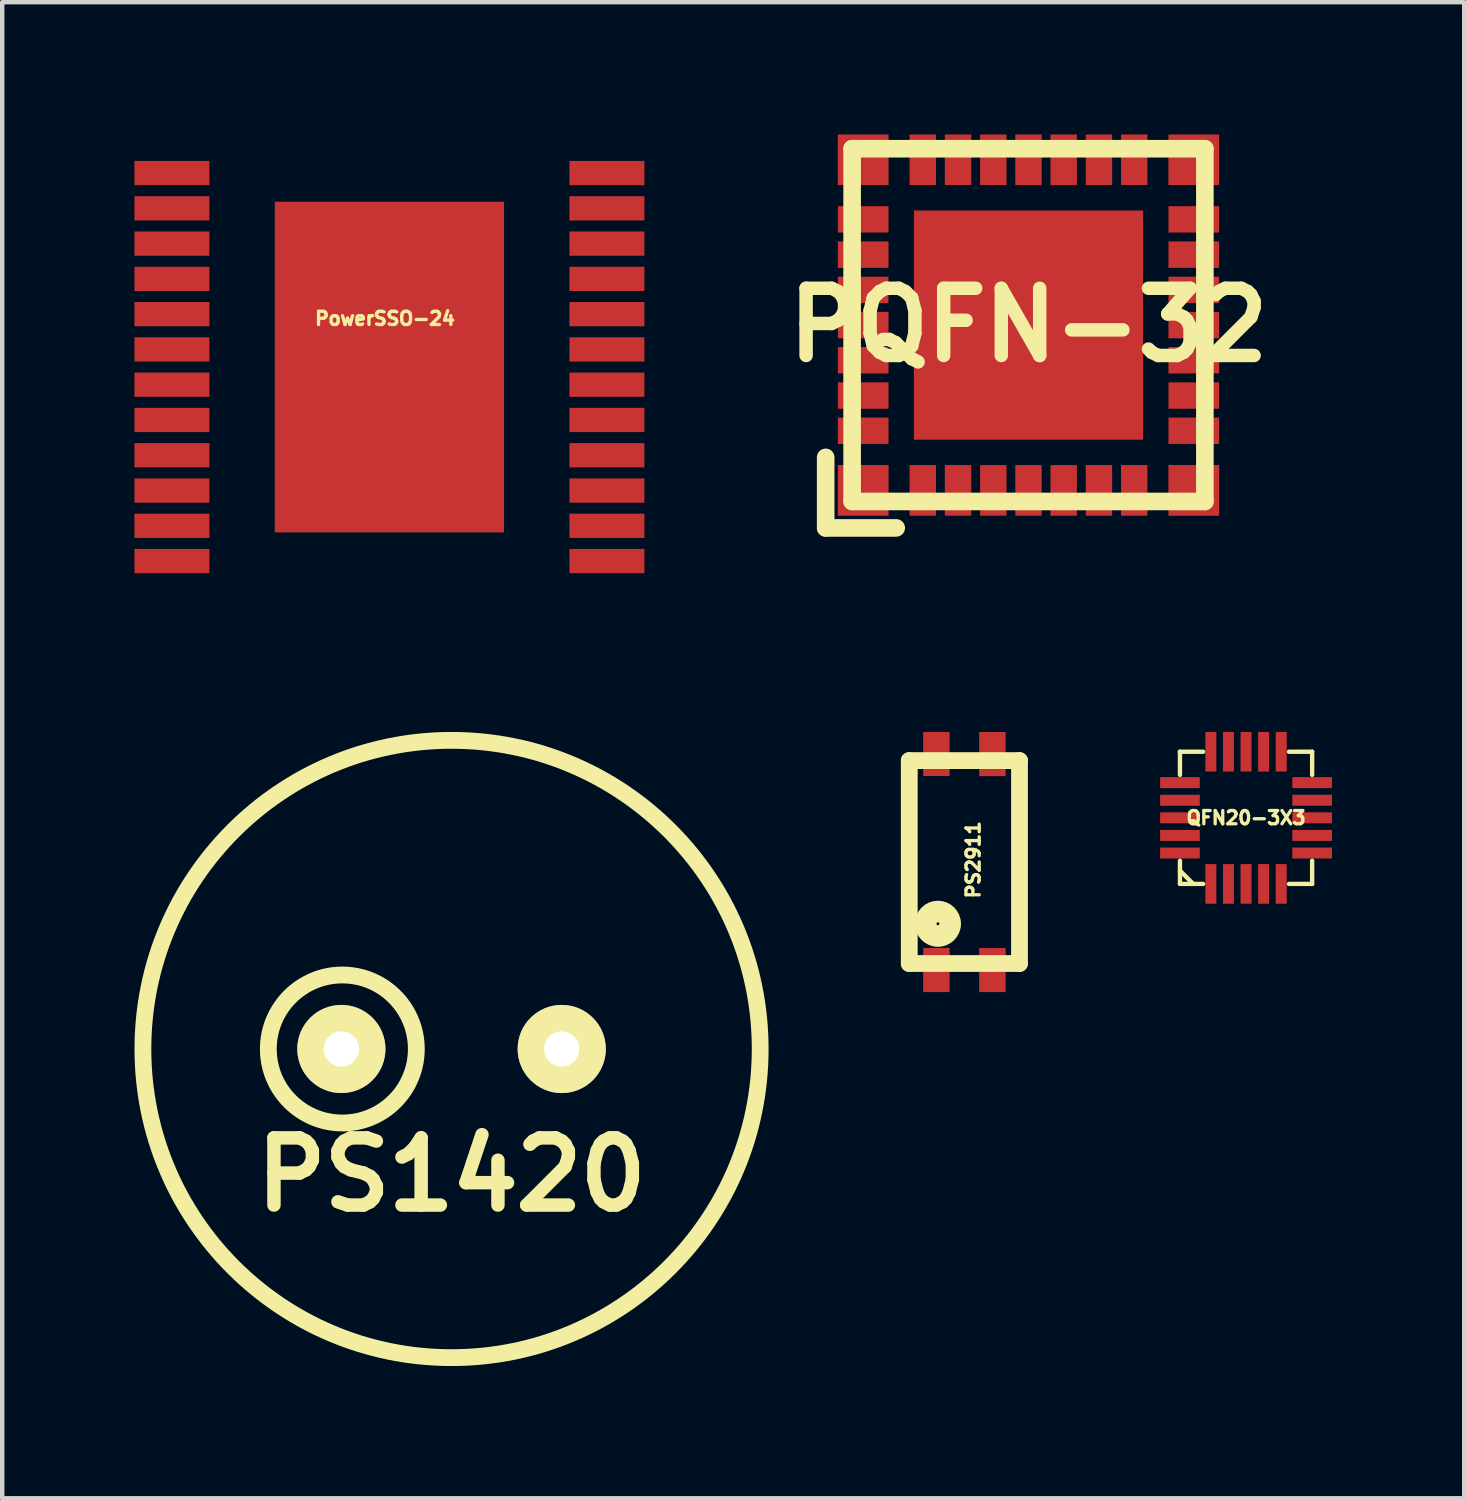
<source format=kicad_pcb>
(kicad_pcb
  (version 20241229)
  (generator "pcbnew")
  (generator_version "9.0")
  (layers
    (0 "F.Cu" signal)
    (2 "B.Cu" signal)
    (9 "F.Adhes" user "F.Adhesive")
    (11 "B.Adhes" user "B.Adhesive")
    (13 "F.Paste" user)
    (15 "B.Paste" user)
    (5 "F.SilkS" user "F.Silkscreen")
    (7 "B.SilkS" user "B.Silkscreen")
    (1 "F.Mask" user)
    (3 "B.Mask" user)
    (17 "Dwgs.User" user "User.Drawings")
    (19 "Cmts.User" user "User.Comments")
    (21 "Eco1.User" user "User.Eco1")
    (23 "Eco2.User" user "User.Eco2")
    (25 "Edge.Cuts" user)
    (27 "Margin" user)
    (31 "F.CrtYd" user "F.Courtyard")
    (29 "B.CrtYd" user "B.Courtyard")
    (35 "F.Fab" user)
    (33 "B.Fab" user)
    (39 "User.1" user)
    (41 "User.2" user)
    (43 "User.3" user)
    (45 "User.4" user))
  (footprint "PS2911"
    (layer "F.Cu")
    (at 18.822 16.501)
    (property "Reference" "PS2911" (at 0.201 -0.051 270) (layer "F.SilkS") (effects (font (size 0.3 0.3) (thickness 0.076))))
    (attr through_hole)
    (fp_line (start -1.25 -2.301) (end -1.25 2.301) (stroke (width 0.381) (type solid)) (layer "F.SilkS"))
    (fp_line (start 1.25 -2.301) (end -1.25 -2.301) (stroke (width 0.381) (type solid)) (layer "F.SilkS"))
    (fp_line (start 1.25 -2.301) (end 1.25 2.301) (stroke (width 0.381) (type solid)) (layer "F.SilkS"))
    (fp_line (start 1.25 2.301) (end -1.25 2.301) (stroke (width 0.381) (type solid)) (layer "F.SilkS"))
    (fp_circle (center -0.6 1.4) (end -0.5 1.5) (stroke (width 0.381) (type solid)) (fill no) (layer "F.SilkS"))
    (fp_circle (center -0.6 1.4) (end -0.4 1.5) (stroke (width 0.381) (type solid)) (fill no) (layer "F.SilkS"))
    (pad "1" smd rect (at -0.635 2.449) (size 0.599 1.001) (layers "F.Cu" "F.Mask" "F.Paste"))
    (pad "2" smd rect (at 0.635 2.449) (size 0.599 1.001) (layers "F.Cu" "F.Mask" "F.Paste"))
    (pad "3" smd rect (at 0.635 -2.449) (size 0.599 1.001) (layers "F.Cu" "F.Mask" "F.Paste"))
    (pad "4" smd rect (at -0.635 -2.451) (size 0.599 1.001) (layers "F.Cu" "F.Mask" "F.Paste")))
  (footprint "QFN20-3X3"
    (layer "F.Cu")
    (at 25.21 15.498)
    (property "Reference" "QFN20-3X3" (at 0 0 0) (layer "F.SilkS") (effects (font (size 0.3 0.3) (thickness 0.075))))
    (attr through_hole)
    (fp_line (start -1.499 -1.499) (end -1.499 -0.973) (stroke (width 0.099) (type solid)) (layer "F.SilkS"))
    (fp_line (start -1.499 -1.499) (end -0.973 -1.499) (stroke (width 0.099) (type solid)) (layer "F.SilkS"))
    (fp_line (start -1.499 0.973) (end -1.499 1.499) (stroke (width 0.099) (type solid)) (layer "F.SilkS"))
    (fp_line (start -1.499 1.199) (end -1.199 1.499) (stroke (width 0.099) (type solid)) (layer "F.SilkS"))
    (fp_line (start -1.499 1.499) (end -0.973 1.499) (stroke (width 0.099) (type solid)) (layer "F.SilkS"))
    (fp_line (start 0.973 -1.499) (end 1.499 -1.499) (stroke (width 0.099) (type solid)) (layer "F.SilkS"))
    (fp_line (start 0.973 1.499) (end 1.499 1.499) (stroke (width 0.099) (type solid)) (layer "F.SilkS"))
    (fp_line (start 1.499 -1.499) (end 1.499 -0.973) (stroke (width 0.099) (type solid)) (layer "F.SilkS"))
    (fp_line (start 1.499 0.973) (end 1.499 1.499) (stroke (width 0.099) (type solid)) (layer "F.SilkS"))
    (pad "1" smd rect (at -0.798 1.499 180) (size 0.249 0.899) (layers "F.Cu" "F.Mask" "F.Paste"))
    (pad "2" smd rect (at -0.399 1.499 180) (size 0.249 0.899) (layers "F.Cu" "F.Mask" "F.Paste"))
    (pad "3" smd rect (at 0 1.499 180) (size 0.249 0.899) (layers "F.Cu" "F.Mask" "F.Paste"))
    (pad "4" smd rect (at 0.399 1.499 180) (size 0.249 0.899) (layers "F.Cu" "F.Mask" "F.Paste"))
    (pad "5" smd rect (at 0.798 1.499 180) (size 0.249 0.899) (layers "F.Cu" "F.Mask" "F.Paste"))
    (pad "6" smd rect (at 1.499 0.798 270) (size 0.249 0.899) (layers "F.Cu" "F.Mask" "F.Paste"))
    (pad "7" smd rect (at 1.499 0.399 270) (size 0.249 0.899) (layers "F.Cu" "F.Mask" "F.Paste"))
    (pad "8" smd rect (at 1.499 0 270) (size 0.249 0.899) (layers "F.Cu" "F.Mask" "F.Paste"))
    (pad "9" smd rect (at 1.499 -0.399 270) (size 0.249 0.899) (layers "F.Cu" "F.Mask" "F.Paste"))
    (pad "10" smd rect (at 1.499 -0.798 270) (size 0.249 0.899) (layers "F.Cu" "F.Mask" "F.Paste"))
    (pad "11" smd rect (at 0.798 -1.499) (size 0.249 0.899) (layers "F.Cu" "F.Mask" "F.Paste"))
    (pad "12" smd rect (at 0.399 -1.499) (size 0.249 0.899) (layers "F.Cu" "F.Mask" "F.Paste"))
    (pad "13" smd rect (at 0 -1.499) (size 0.249 0.899) (layers "F.Cu" "F.Mask" "F.Paste"))
    (pad "14" smd rect (at -0.399 -1.499) (size 0.249 0.899) (layers "F.Cu" "F.Mask" "F.Paste"))
    (pad "15" smd rect (at -0.798 -1.499) (size 0.249 0.899) (layers "F.Cu" "F.Mask" "F.Paste"))
    (pad "16" smd rect (at -1.499 -0.798 90) (size 0.249 0.899) (layers "F.Cu" "F.Mask" "F.Paste"))
    (pad "17" smd rect (at -1.499 -0.399 90) (size 0.249 0.899) (layers "F.Cu" "F.Mask" "F.Paste"))
    (pad "18" smd rect (at -1.499 0 90) (size 0.249 0.899) (layers "F.Cu" "F.Mask" "F.Paste"))
    (pad "19" smd rect (at -1.499 0.399 90) (size 0.249 0.899) (layers "F.Cu" "F.Mask" "F.Paste"))
    (pad "20" smd rect (at -1.499 0.798 90) (size 0.249 0.899) (layers "F.Cu" "F.Mask" "F.Paste")))
  (footprint "PowerSSO-24"
    (layer "F.Cu")
    (at 5.782 5.275)
    (property "Reference" "PowerSSO-24" (at -0.1 -1.1 0) (layer "F.SilkS") (effects (font (size 0.3 0.3) (thickness 0.075))))
    (attr through_hole)
    (fp_line (start -3.8 -5.2) (end 3.8 -5.2) (stroke (width 0.15) (type solid)) (layer "Eco2.User"))
    (fp_line (start -3.8 5.2) (end -3.8 -5.2) (stroke (width 0.15) (type solid)) (layer "Eco2.User"))
    (fp_line (start 3.8 -5.2) (end 3.8 5.2) (stroke (width 0.15) (type solid)) (layer "Eco2.User"))
    (fp_line (start 3.8 5.2) (end -3.8 5.2) (stroke (width 0.15) (type solid)) (layer "Eco2.User"))
    (fp_circle (center -3.1 -4.5) (end -2.9 -4.3) (stroke (width 0.15) (type solid)) (fill no) (layer "Eco2.User"))
    (pad "1" smd rect (at -4.933 -4.4) (size 1.7 0.55) (layers "F.Cu" "F.Mask" "F.Paste"))
    (pad "2" smd rect (at -4.933 -3.6) (size 1.7 0.55) (layers "F.Cu" "F.Mask" "F.Paste"))
    (pad "3" smd rect (at -4.933 -2.8) (size 1.7 0.55) (layers "F.Cu" "F.Mask" "F.Paste"))
    (pad "4" smd rect (at -4.933 -2) (size 1.7 0.55) (layers "F.Cu" "F.Mask" "F.Paste"))
    (pad "5" smd rect (at -4.933 -1.2) (size 1.7 0.55) (layers "F.Cu" "F.Mask" "F.Paste"))
    (pad "6" smd rect (at -4.933 -0.4) (size 1.7 0.55) (layers "F.Cu" "F.Mask" "F.Paste"))
    (pad "7" smd rect (at -4.933 0.4) (size 1.7 0.55) (layers "F.Cu" "F.Mask" "F.Paste"))
    (pad "8" smd rect (at -4.933 1.2) (size 1.7 0.55) (layers "F.Cu" "F.Mask" "F.Paste"))
    (pad "9" smd rect (at -4.933 2) (size 1.7 0.55) (layers "F.Cu" "F.Mask" "F.Paste"))
    (pad "10" smd rect (at -4.933 2.8) (size 1.7 0.55) (layers "F.Cu" "F.Mask" "F.Paste"))
    (pad "11" smd rect (at -4.933 3.6) (size 1.7 0.55) (layers "F.Cu" "F.Mask" "F.Paste"))
    (pad "12" smd rect (at -4.933 4.4) (size 1.7 0.55) (layers "F.Cu" "F.Mask" "F.Paste"))
    (pad "13" smd rect (at 4.933 4.4) (size 1.7 0.55) (layers "F.Cu" "F.Mask" "F.Paste"))
    (pad "14" smd rect (at 4.933 3.6) (size 1.7 0.55) (layers "F.Cu" "F.Mask" "F.Paste"))
    (pad "15" smd rect (at 4.933 2.8) (size 1.7 0.55) (layers "F.Cu" "F.Mask" "F.Paste"))
    (pad "16" smd rect (at 4.933 2) (size 1.7 0.55) (layers "F.Cu" "F.Mask" "F.Paste"))
    (pad "17" smd rect (at 4.933 1.2) (size 1.7 0.55) (layers "F.Cu" "F.Mask" "F.Paste"))
    (pad "18" smd rect (at 4.933 0.4) (size 1.7 0.55) (layers "F.Cu" "F.Mask" "F.Paste"))
    (pad "19" smd rect (at 4.933 -0.4) (size 1.7 0.55) (layers "F.Cu" "F.Mask" "F.Paste"))
    (pad "20" smd rect (at 4.933 -1.2) (size 1.7 0.55) (layers "F.Cu" "F.Mask" "F.Paste"))
    (pad "21" smd rect (at 4.933 -2) (size 1.7 0.55) (layers "F.Cu" "F.Mask" "F.Paste"))
    (pad "22" smd rect (at 4.933 -2.8) (size 1.7 0.55) (layers "F.Cu" "F.Mask" "F.Paste"))
    (pad "23" smd rect (at 4.933 -3.6) (size 1.7 0.55) (layers "F.Cu" "F.Mask" "F.Paste"))
    (pad "24" smd rect (at 4.933 -4.4) (size 1.7 0.55) (layers "F.Cu" "F.Mask" "F.Paste"))
    (pad "EXP" smd rect (at 0 0) (size 5.2 7.5) (layers "F.Cu" "F.Mask" "F.Paste")))
  (footprint "PQFN-32"
    (layer "F.Cu")
    (at 20.276 4.323)
    (property "Reference" "PQFN-32" (at 0 0 0) (layer "F.SilkS") (effects (font (size 1.524 1.524) (thickness 0.305))))
    (attr through_hole)
    (fp_line (start -4.6 4.6) (end -4.6 3) (stroke (width 0.399) (type solid)) (layer "F.SilkS"))
    (fp_line (start -4.6 4.6) (end -3 4.6) (stroke (width 0.399) (type solid)) (layer "F.SilkS"))
    (fp_line (start -4 -4) (end -4 4) (stroke (width 0.399) (type solid)) (layer "F.SilkS"))
    (fp_line (start -4 4) (end 4 4) (stroke (width 0.399) (type solid)) (layer "F.SilkS"))
    (fp_line (start -3.998 -3.998) (end -3.998 -2.697) (stroke (width 0.003) (type solid)) (layer "F.SilkS"))
    (fp_line (start -3.998 -3.998) (end -2.697 -3.998) (stroke (width 0.003) (type solid)) (layer "F.SilkS"))
    (fp_line (start -3.998 2.697) (end -3.998 3.998) (stroke (width 0.003) (type solid)) (layer "F.SilkS"))
    (fp_line (start -3.998 3.998) (end -2.697 3.998) (stroke (width 0.003) (type solid)) (layer "F.SilkS"))
    (fp_line (start 2.697 -3.998) (end 3.998 -3.998) (stroke (width 0.003) (type solid)) (layer "F.SilkS"))
    (fp_line (start 2.697 3.998) (end 3.998 3.998) (stroke (width 0.003) (type solid)) (layer "F.SilkS"))
    (fp_line (start 3.998 -3.998) (end 3.998 -2.697) (stroke (width 0.003) (type solid)) (layer "F.SilkS"))
    (fp_line (start 3.998 2.697) (end 3.998 3.998) (stroke (width 0.003) (type solid)) (layer "F.SilkS"))
    (fp_line (start 4 -4) (end -4 -4) (stroke (width 0.399) (type solid)) (layer "F.SilkS"))
    (fp_line (start 4 4) (end 4 -4) (stroke (width 0.399) (type solid)) (layer "F.SilkS"))
    (pad "1" smd rect (at -3.749 3.749) (size 1.151 1.151) (layers "F.Cu" "F.Mask" "F.Paste"))
    (pad "2" smd rect (at -2.398 3.749 180) (size 0.599 1.148) (layers "F.Cu" "F.Mask" "F.Paste"))
    (pad "3" smd rect (at -1.598 3.749 180) (size 0.599 1.148) (layers "F.Cu" "F.Mask" "F.Paste"))
    (pad "4" smd rect (at -0.798 3.749 180) (size 0.599 1.148) (layers "F.Cu" "F.Mask" "F.Paste"))
    (pad "5" smd rect (at 0 3.749 180) (size 0.599 1.148) (layers "F.Cu" "F.Mask" "F.Paste"))
    (pad "6" smd rect (at 0.798 3.749 180) (size 0.599 1.148) (layers "F.Cu" "F.Mask" "F.Paste"))
    (pad "7" smd rect (at 1.598 3.749 180) (size 0.599 1.148) (layers "F.Cu" "F.Mask" "F.Paste"))
    (pad "8" smd rect (at 2.398 3.749 180) (size 0.599 1.148) (layers "F.Cu" "F.Mask" "F.Paste"))
    (pad "9" smd rect (at 3.749 3.749 180) (size 1.151 1.151) (layers "F.Cu" "F.Mask" "F.Paste"))
    (pad "10" smd rect (at 3.749 2.398 270) (size 0.599 1.148) (layers "F.Cu" "F.Mask" "F.Paste"))
    (pad "11" smd rect (at 3.749 1.598 270) (size 0.599 1.148) (layers "F.Cu" "F.Mask" "F.Paste"))
    (pad "12" smd rect (at 3.749 0.798 270) (size 0.599 1.148) (layers "F.Cu" "F.Mask" "F.Paste"))
    (pad "13" smd rect (at 3.749 0 270) (size 0.599 1.148) (layers "F.Cu" "F.Mask" "F.Paste"))
    (pad "14" smd rect (at 3.749 -0.798 270) (size 0.599 1.148) (layers "F.Cu" "F.Mask" "F.Paste"))
    (pad "15" smd rect (at 3.749 -1.598 270) (size 0.599 1.148) (layers "F.Cu" "F.Mask" "F.Paste"))
    (pad "16" smd rect (at 3.749 -2.398 270) (size 0.599 1.148) (layers "F.Cu" "F.Mask" "F.Paste"))
    (pad "17" smd rect (at 3.749 -3.749) (size 1.151 1.148) (layers "F.Cu" "F.Mask" "F.Paste"))
    (pad "18" smd rect (at 2.398 -3.749) (size 0.599 1.148) (layers "F.Cu" "F.Mask" "F.Paste"))
    (pad "19" smd rect (at 1.598 -3.749) (size 0.599 1.148) (layers "F.Cu" "F.Mask" "F.Paste"))
    (pad "20" smd rect (at 0.798 -3.749) (size 0.599 1.148) (layers "F.Cu" "F.Mask" "F.Paste"))
    (pad "21" smd rect (at 0 -3.749) (size 0.599 1.148) (layers "F.Cu" "F.Mask" "F.Paste"))
    (pad "22" smd rect (at -0.798 -3.749) (size 0.599 1.148) (layers "F.Cu" "F.Mask" "F.Paste"))
    (pad "23" smd rect (at -1.598 -3.749) (size 0.599 1.148) (layers "F.Cu" "F.Mask" "F.Paste"))
    (pad "24" smd rect (at -2.398 -3.749) (size 0.599 1.148) (layers "F.Cu" "F.Mask" "F.Paste"))
    (pad "25" smd rect (at -3.749 -3.749) (size 1.151 1.148) (layers "F.Cu" "F.Mask" "F.Paste"))
    (pad "26" smd rect (at -3.749 -2.398 90) (size 0.599 1.148) (layers "F.Cu" "F.Mask" "F.Paste"))
    (pad "27" smd rect (at -3.749 -1.598 90) (size 0.599 1.148) (layers "F.Cu" "F.Mask" "F.Paste"))
    (pad "28" smd rect (at -3.749 -0.798 90) (size 0.599 1.148) (layers "F.Cu" "F.Mask" "F.Paste"))
    (pad "29" smd rect (at -3.749 0 90) (size 0.599 1.148) (layers "F.Cu" "F.Mask" "F.Paste"))
    (pad "30" smd rect (at -3.749 0.798 90) (size 0.599 1.148) (layers "F.Cu" "F.Mask" "F.Paste"))
    (pad "31" smd rect (at -3.749 1.598 90) (size 0.599 1.148) (layers "F.Cu" "F.Mask" "F.Paste"))
    (pad "32" smd rect (at -3.749 2.398 90) (size 0.599 1.148) (layers "F.Cu" "F.Mask" "F.Paste"))
    (pad "EP" smd rect (at 0 0 90) (size 5.199 5.199) (layers "F.Cu" "F.Mask" "F.Paste")))
  (footprint "PS1420"
    (layer "F.Cu")
    (at 7.191 20.741)
    (property "Reference" "PS1420" (at 0 2.85 0) (layer "F.SilkS") (effects (font (size 1.524 1.524) (thickness 0.305))))
    (attr through_hole)
    (fp_circle (center -2.477 0) (end -1.016 0.826) (stroke (width 0.381) (type solid)) (fill no) (layer "F.SilkS"))
    (fp_circle (center 0 0) (end 7 0) (stroke (width 0.381) (type solid)) (fill no) (layer "F.SilkS"))
    (pad "1" thru_hole circle (at -2.499 0) (size 1.999 1.999) (drill 0.8) (layers "*.Cu" "*.Mask" "F.SilkS"))
    (pad "2" thru_hole circle (at 2.499 0) (size 1.999 1.999) (drill 0.8) (layers "*.Cu" "*.Mask" "F.SilkS")))
  (gr_rect
    (start -3 -3)
    (end 30.158 30.931)
    (stroke (width 0.1) (type default))
    (fill no)
    (layer "Edge.Cuts")))
</source>
